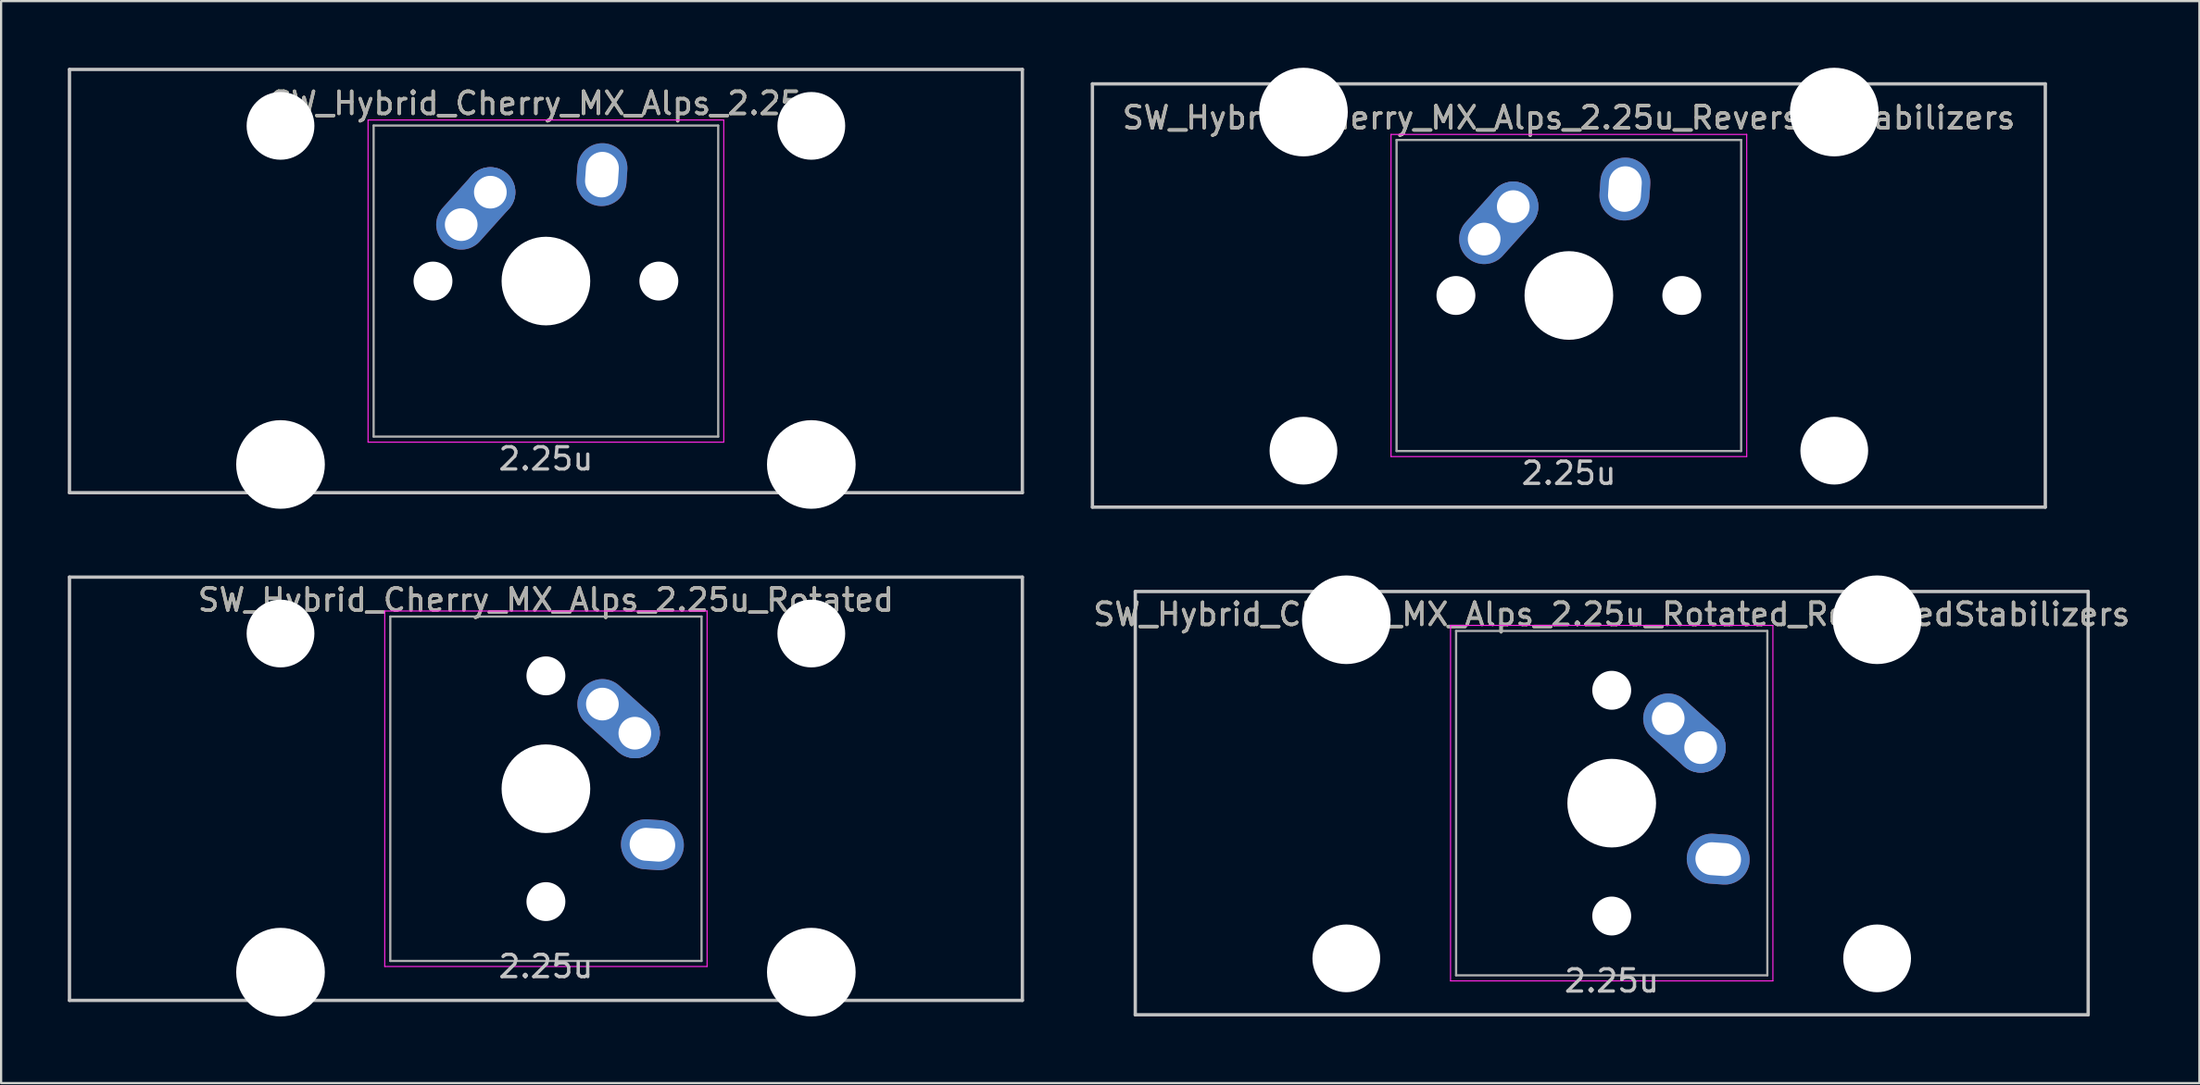
<source format=kicad_pcb>
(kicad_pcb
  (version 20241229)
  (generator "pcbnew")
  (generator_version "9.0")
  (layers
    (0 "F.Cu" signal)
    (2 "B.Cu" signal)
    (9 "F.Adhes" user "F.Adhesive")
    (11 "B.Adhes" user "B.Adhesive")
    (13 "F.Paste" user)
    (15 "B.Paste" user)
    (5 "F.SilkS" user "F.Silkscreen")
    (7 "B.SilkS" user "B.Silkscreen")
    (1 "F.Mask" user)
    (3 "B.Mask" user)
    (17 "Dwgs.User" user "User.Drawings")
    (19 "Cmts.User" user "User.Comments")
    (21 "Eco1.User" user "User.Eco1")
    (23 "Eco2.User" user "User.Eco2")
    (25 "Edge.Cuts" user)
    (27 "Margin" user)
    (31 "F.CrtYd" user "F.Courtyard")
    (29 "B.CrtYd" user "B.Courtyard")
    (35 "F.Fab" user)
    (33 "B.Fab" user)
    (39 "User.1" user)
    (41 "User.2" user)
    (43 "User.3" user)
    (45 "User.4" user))
  (footprint "SW_Hybrid_Cherry_MX_Alps_2.25u"
    (layer "F.Cu")
    (at 21.506 9.6)
    (property "Reference" "SW_Hybrid_Cherry_MX_Alps_2.25u" (at 0 -8 0) (layer "F.SilkS") (effects (font (size 1 1) (thickness 0.15))))
    (attr through_hole)
    (fp_line (start -21.431 -9.525) (end 21.431 -9.525) (stroke (width 0.15) (type solid)) (layer "Dwgs.User"))
    (fp_line (start -21.431 9.525) (end -21.431 -9.525) (stroke (width 0.15) (type solid)) (layer "Dwgs.User"))
    (fp_line (start -21.431 9.525) (end 21.431 9.525) (stroke (width 0.15) (type solid)) (layer "Dwgs.User"))
    (fp_line (start 21.431 -9.525) (end 21.431 9.525) (stroke (width 0.15) (type solid)) (layer "Dwgs.User"))
    (fp_line (start -8 -7.25) (end 8 -7.25) (stroke (width 0.05) (type solid)) (layer "F.CrtYd"))
    (fp_line (start -8 7.25) (end -8 -7.25) (stroke (width 0.05) (type solid)) (layer "F.CrtYd"))
    (fp_line (start 8 -7.25) (end 8 7.25) (stroke (width 0.05) (type solid)) (layer "F.CrtYd"))
    (fp_line (start 8 7.25) (end -8 7.25) (stroke (width 0.05) (type solid)) (layer "F.CrtYd"))
    (fp_line (start -7.75 -7) (end 7.75 -7) (stroke (width 0.1) (type solid)) (layer "F.Fab"))
    (fp_line (start -7.75 7) (end -7.75 -7) (stroke (width 0.1) (type solid)) (layer "F.Fab"))
    (fp_line (start 7.75 -7) (end 7.75 7) (stroke (width 0.1) (type solid)) (layer "F.Fab"))
    (fp_line (start 7.75 7) (end -7.75 7) (stroke (width 0.1) (type solid)) (layer "F.Fab"))
    (fp_text user "2.25u" (at 0 8 0) (layer "Dwgs.User") (effects (font (size 1 1) (thickness 0.15))))
    (fp_text user "${REFERENCE}" (at 0 -8 0) (layer "F.Fab") (effects (font (size 1 1) (thickness 0.15))))
    (pad "" np_thru_hole circle (at -11.938 -6.985) (size 3.048 3.048) (drill 3.048) (layers "*.Cu" "*.Mask"))
    (pad "" np_thru_hole circle (at -11.938 8.255) (size 3.988 3.988) (drill 3.988) (layers "*.Cu" "*.Mask"))
    (pad "" np_thru_hole circle (at -5.08 0 48.1) (size 1.75 1.75) (drill 1.75) (layers "*.Cu" "*.Mask"))
    (pad "" np_thru_hole circle (at 0 0) (size 3.988 3.988) (drill 3.988) (layers "*.Cu" "*.Mask"))
    (pad "" np_thru_hole circle (at 5.08 0 48.1) (size 1.75 1.75) (drill 1.75) (layers "*.Cu" "*.Mask"))
    (pad "" np_thru_hole circle (at 11.938 -6.985) (size 3.048 3.048) (drill 3.048) (layers "*.Cu" "*.Mask"))
    (pad "" np_thru_hole circle (at 11.938 8.255) (size 3.988 3.988) (drill 3.988) (layers "*.Cu" "*.Mask"))
    (pad "1" thru_hole oval (at -3.81 -2.54 48.1) (size 4.212 2.25) (drill 1.47 (offset 0.981 0)) (layers "*.Cu" "B.Mask"))
    (pad "1" thru_hole circle (at -2.5 -4) (size 2.25 2.25) (drill 1.47) (layers "*.Cu" "B.Mask"))
    (pad "2" thru_hole oval (at 2.52 -4.79 86) (size 2.831 2.25) (drill oval 2.051 1.48) (layers "*.Cu" "B.Mask")))
  (footprint "SW_Hybrid_Cherry_MX_Alps_2.25u_Rotated"
    (layer "F.Cu")
    (at 21.506 32.449)
    (property "Reference" "SW_Hybrid_Cherry_MX_Alps_2.25u_Rotated" (at 0 -8.5 0) (layer "F.SilkS") (effects (font (size 1 1) (thickness 0.15))))
    (attr through_hole)
    (fp_line (start -21.431 -9.525) (end 21.431 -9.525) (stroke (width 0.15) (type solid)) (layer "Dwgs.User"))
    (fp_line (start -21.431 9.525) (end -21.431 -9.525) (stroke (width 0.15) (type solid)) (layer "Dwgs.User"))
    (fp_line (start -21.431 9.525) (end 21.431 9.525) (stroke (width 0.15) (type solid)) (layer "Dwgs.User"))
    (fp_line (start 21.431 -9.525) (end 21.431 9.525) (stroke (width 0.15) (type solid)) (layer "Dwgs.User"))
    (fp_line (start -7.25 -8) (end 7.25 -8) (stroke (width 0.05) (type solid)) (layer "F.CrtYd"))
    (fp_line (start -7.25 8) (end -7.25 -8) (stroke (width 0.05) (type solid)) (layer "F.CrtYd"))
    (fp_line (start 7.25 -8) (end 7.25 8) (stroke (width 0.05) (type solid)) (layer "F.CrtYd"))
    (fp_line (start 7.25 8) (end -7.25 8) (stroke (width 0.05) (type solid)) (layer "F.CrtYd"))
    (fp_line (start -7 -7.75) (end 7 -7.75) (stroke (width 0.1) (type solid)) (layer "F.Fab"))
    (fp_line (start -7 7.75) (end -7 -7.75) (stroke (width 0.1) (type solid)) (layer "F.Fab"))
    (fp_line (start 7 -7.75) (end 7 7.75) (stroke (width 0.1) (type solid)) (layer "F.Fab"))
    (fp_line (start 7 7.75) (end -7 7.75) (stroke (width 0.1) (type solid)) (layer "F.Fab"))
    (fp_text user "2.25u" (at 0 8 0) (layer "Dwgs.User") (effects (font (size 1 1) (thickness 0.15))))
    (fp_text user "${REFERENCE}" (at 0 -8.5 0) (layer "F.Fab") (effects (font (size 1 1) (thickness 0.15))))
    (pad "" np_thru_hole circle (at -11.938 -6.985) (size 3.048 3.048) (drill 3.048) (layers "*.Cu" "*.Mask"))
    (pad "" np_thru_hole circle (at -11.938 8.255) (size 3.988 3.988) (drill 3.988) (layers "*.Cu" "*.Mask"))
    (pad "" np_thru_hole circle (at 0 -5.08 318.1) (size 1.75 1.75) (drill 1.75) (layers "*.Cu" "*.Mask"))
    (pad "" np_thru_hole circle (at 0 0 270) (size 3.988 3.988) (drill 3.988) (layers "*.Cu" "*.Mask"))
    (pad "" np_thru_hole circle (at 0 5.08 318.1) (size 1.75 1.75) (drill 1.75) (layers "*.Cu" "*.Mask"))
    (pad "" np_thru_hole circle (at 11.938 -6.985) (size 3.048 3.048) (drill 3.048) (layers "*.Cu" "*.Mask"))
    (pad "" np_thru_hole circle (at 11.938 8.255) (size 3.988 3.988) (drill 3.988) (layers "*.Cu" "*.Mask"))
    (pad "1" thru_hole oval (at 2.54 -3.81 318.1) (size 4.212 2.25) (drill 1.47 (offset 0.981 0)) (layers "*.Cu" "B.Mask"))
    (pad "1" thru_hole circle (at 4 -2.5 270) (size 2.25 2.25) (drill 1.47) (layers "*.Cu" "B.Mask"))
    (pad "2" thru_hole oval (at 4.79 2.52 356) (size 2.831 2.25) (drill oval 2.051 1.48) (layers "*.Cu" "B.Mask")))
  (footprint "SW_Hybrid_Cherry_MX_Alps_2.25u_Rotated_ReversedStabilizers"
    (layer "F.Cu")
    (at 69.447 33.098)
    (property "Reference" "SW_Hybrid_Cherry_MX_Alps_2.25u_Rotated_ReversedStabilizers" (at 0 -8.5 0) (layer "F.SilkS") (effects (font (size 1 1) (thickness 0.15))))
    (attr through_hole)
    (fp_line (start -21.431 -9.525) (end 21.431 -9.525) (stroke (width 0.15) (type solid)) (layer "Dwgs.User"))
    (fp_line (start -21.431 9.525) (end -21.431 -9.525) (stroke (width 0.15) (type solid)) (layer "Dwgs.User"))
    (fp_line (start -21.431 9.525) (end 21.431 9.525) (stroke (width 0.15) (type solid)) (layer "Dwgs.User"))
    (fp_line (start 21.431 -9.525) (end 21.431 9.525) (stroke (width 0.15) (type solid)) (layer "Dwgs.User"))
    (fp_line (start -7.25 -8) (end 7.25 -8) (stroke (width 0.05) (type solid)) (layer "F.CrtYd"))
    (fp_line (start -7.25 8) (end -7.25 -8) (stroke (width 0.05) (type solid)) (layer "F.CrtYd"))
    (fp_line (start 7.25 -8) (end 7.25 8) (stroke (width 0.05) (type solid)) (layer "F.CrtYd"))
    (fp_line (start 7.25 8) (end -7.25 8) (stroke (width 0.05) (type solid)) (layer "F.CrtYd"))
    (fp_line (start -7 -7.75) (end 7 -7.75) (stroke (width 0.1) (type solid)) (layer "F.Fab"))
    (fp_line (start -7 7.75) (end -7 -7.75) (stroke (width 0.1) (type solid)) (layer "F.Fab"))
    (fp_line (start 7 -7.75) (end 7 7.75) (stroke (width 0.1) (type solid)) (layer "F.Fab"))
    (fp_line (start 7 7.75) (end -7 7.75) (stroke (width 0.1) (type solid)) (layer "F.Fab"))
    (fp_text user "2.25u" (at 0 8 0) (layer "Dwgs.User") (effects (font (size 1 1) (thickness 0.15))))
    (fp_text user "${REFERENCE}" (at 0 -8.5 0) (layer "F.Fab") (effects (font (size 1 1) (thickness 0.15))))
    (pad "" np_thru_hole circle (at -11.938 -8.255) (size 3.988 3.988) (drill 3.988) (layers "*.Cu" "*.Mask"))
    (pad "" np_thru_hole circle (at -11.938 6.985) (size 3.048 3.048) (drill 3.048) (layers "*.Cu" "*.Mask"))
    (pad "" np_thru_hole circle (at 0 -5.08 318.1) (size 1.75 1.75) (drill 1.75) (layers "*.Cu" "*.Mask"))
    (pad "" np_thru_hole circle (at 0 0 270) (size 3.988 3.988) (drill 3.988) (layers "*.Cu" "*.Mask"))
    (pad "" np_thru_hole circle (at 0 5.08 318.1) (size 1.75 1.75) (drill 1.75) (layers "*.Cu" "*.Mask"))
    (pad "" np_thru_hole circle (at 11.938 -8.255) (size 3.988 3.988) (drill 3.988) (layers "*.Cu" "*.Mask"))
    (pad "" np_thru_hole circle (at 11.938 6.985) (size 3.048 3.048) (drill 3.048) (layers "*.Cu" "*.Mask"))
    (pad "1" thru_hole oval (at 2.54 -3.81 318.1) (size 4.212 2.25) (drill 1.47 (offset 0.981 0)) (layers "*.Cu" "B.Mask"))
    (pad "1" thru_hole circle (at 4 -2.5 270) (size 2.25 2.25) (drill 1.47) (layers "*.Cu" "B.Mask"))
    (pad "2" thru_hole oval (at 4.79 2.52 356) (size 2.831 2.25) (drill oval 2.051 1.48) (layers "*.Cu" "B.Mask")))
  (footprint "SW_Hybrid_Cherry_MX_Alps_2.25u_ReversedStabilizers"
    (layer "F.Cu")
    (at 67.519 10.249)
    (property "Reference" "SW_Hybrid_Cherry_MX_Alps_2.25u_ReversedStabilizers" (at 0 -8 0) (layer "F.SilkS") (effects (font (size 1 1) (thickness 0.15))))
    (attr through_hole)
    (fp_line (start -21.431 -9.525) (end 21.431 -9.525) (stroke (width 0.15) (type solid)) (layer "Dwgs.User"))
    (fp_line (start -21.431 9.525) (end -21.431 -9.525) (stroke (width 0.15) (type solid)) (layer "Dwgs.User"))
    (fp_line (start -21.431 9.525) (end 21.431 9.525) (stroke (width 0.15) (type solid)) (layer "Dwgs.User"))
    (fp_line (start 21.431 -9.525) (end 21.431 9.525) (stroke (width 0.15) (type solid)) (layer "Dwgs.User"))
    (fp_line (start -8 -7.25) (end 8 -7.25) (stroke (width 0.05) (type solid)) (layer "F.CrtYd"))
    (fp_line (start -8 7.25) (end -8 -7.25) (stroke (width 0.05) (type solid)) (layer "F.CrtYd"))
    (fp_line (start 8 -7.25) (end 8 7.25) (stroke (width 0.05) (type solid)) (layer "F.CrtYd"))
    (fp_line (start 8 7.25) (end -8 7.25) (stroke (width 0.05) (type solid)) (layer "F.CrtYd"))
    (fp_line (start -7.75 -7) (end 7.75 -7) (stroke (width 0.1) (type solid)) (layer "F.Fab"))
    (fp_line (start -7.75 7) (end -7.75 -7) (stroke (width 0.1) (type solid)) (layer "F.Fab"))
    (fp_line (start 7.75 -7) (end 7.75 7) (stroke (width 0.1) (type solid)) (layer "F.Fab"))
    (fp_line (start 7.75 7) (end -7.75 7) (stroke (width 0.1) (type solid)) (layer "F.Fab"))
    (fp_text user "2.25u" (at 0 8 0) (layer "Dwgs.User") (effects (font (size 1 1) (thickness 0.15))))
    (fp_text user "${REFERENCE}" (at 0 -8 0) (layer "F.Fab") (effects (font (size 1 1) (thickness 0.15))))
    (pad "" np_thru_hole circle (at -11.938 -8.255) (size 3.988 3.988) (drill 3.988) (layers "*.Cu" "*.Mask"))
    (pad "" np_thru_hole circle (at -11.938 6.985) (size 3.048 3.048) (drill 3.048) (layers "*.Cu" "*.Mask"))
    (pad "" np_thru_hole circle (at -5.08 0 48.1) (size 1.75 1.75) (drill 1.75) (layers "*.Cu" "*.Mask"))
    (pad "" np_thru_hole circle (at 0 0) (size 3.988 3.988) (drill 3.988) (layers "*.Cu" "*.Mask"))
    (pad "" np_thru_hole circle (at 5.08 0 48.1) (size 1.75 1.75) (drill 1.75) (layers "*.Cu" "*.Mask"))
    (pad "" np_thru_hole circle (at 11.938 -8.255) (size 3.988 3.988) (drill 3.988) (layers "*.Cu" "*.Mask"))
    (pad "" np_thru_hole circle (at 11.938 6.985) (size 3.048 3.048) (drill 3.048) (layers "*.Cu" "*.Mask"))
    (pad "1" thru_hole oval (at -3.81 -2.54 48.1) (size 4.212 2.25) (drill 1.47 (offset 0.981 0)) (layers "*.Cu" "B.Mask"))
    (pad "1" thru_hole circle (at -2.5 -4) (size 2.25 2.25) (drill 1.47) (layers "*.Cu" "B.Mask"))
    (pad "2" thru_hole oval (at 2.52 -4.79 86) (size 2.831 2.25) (drill oval 2.051 1.48) (layers "*.Cu" "B.Mask")))
  (gr_rect
    (start -3 -3)
    (end 95.882 45.698)
    (stroke (width 0.1) (type default))
    (fill no)
    (layer "Edge.Cuts")))
</source>
